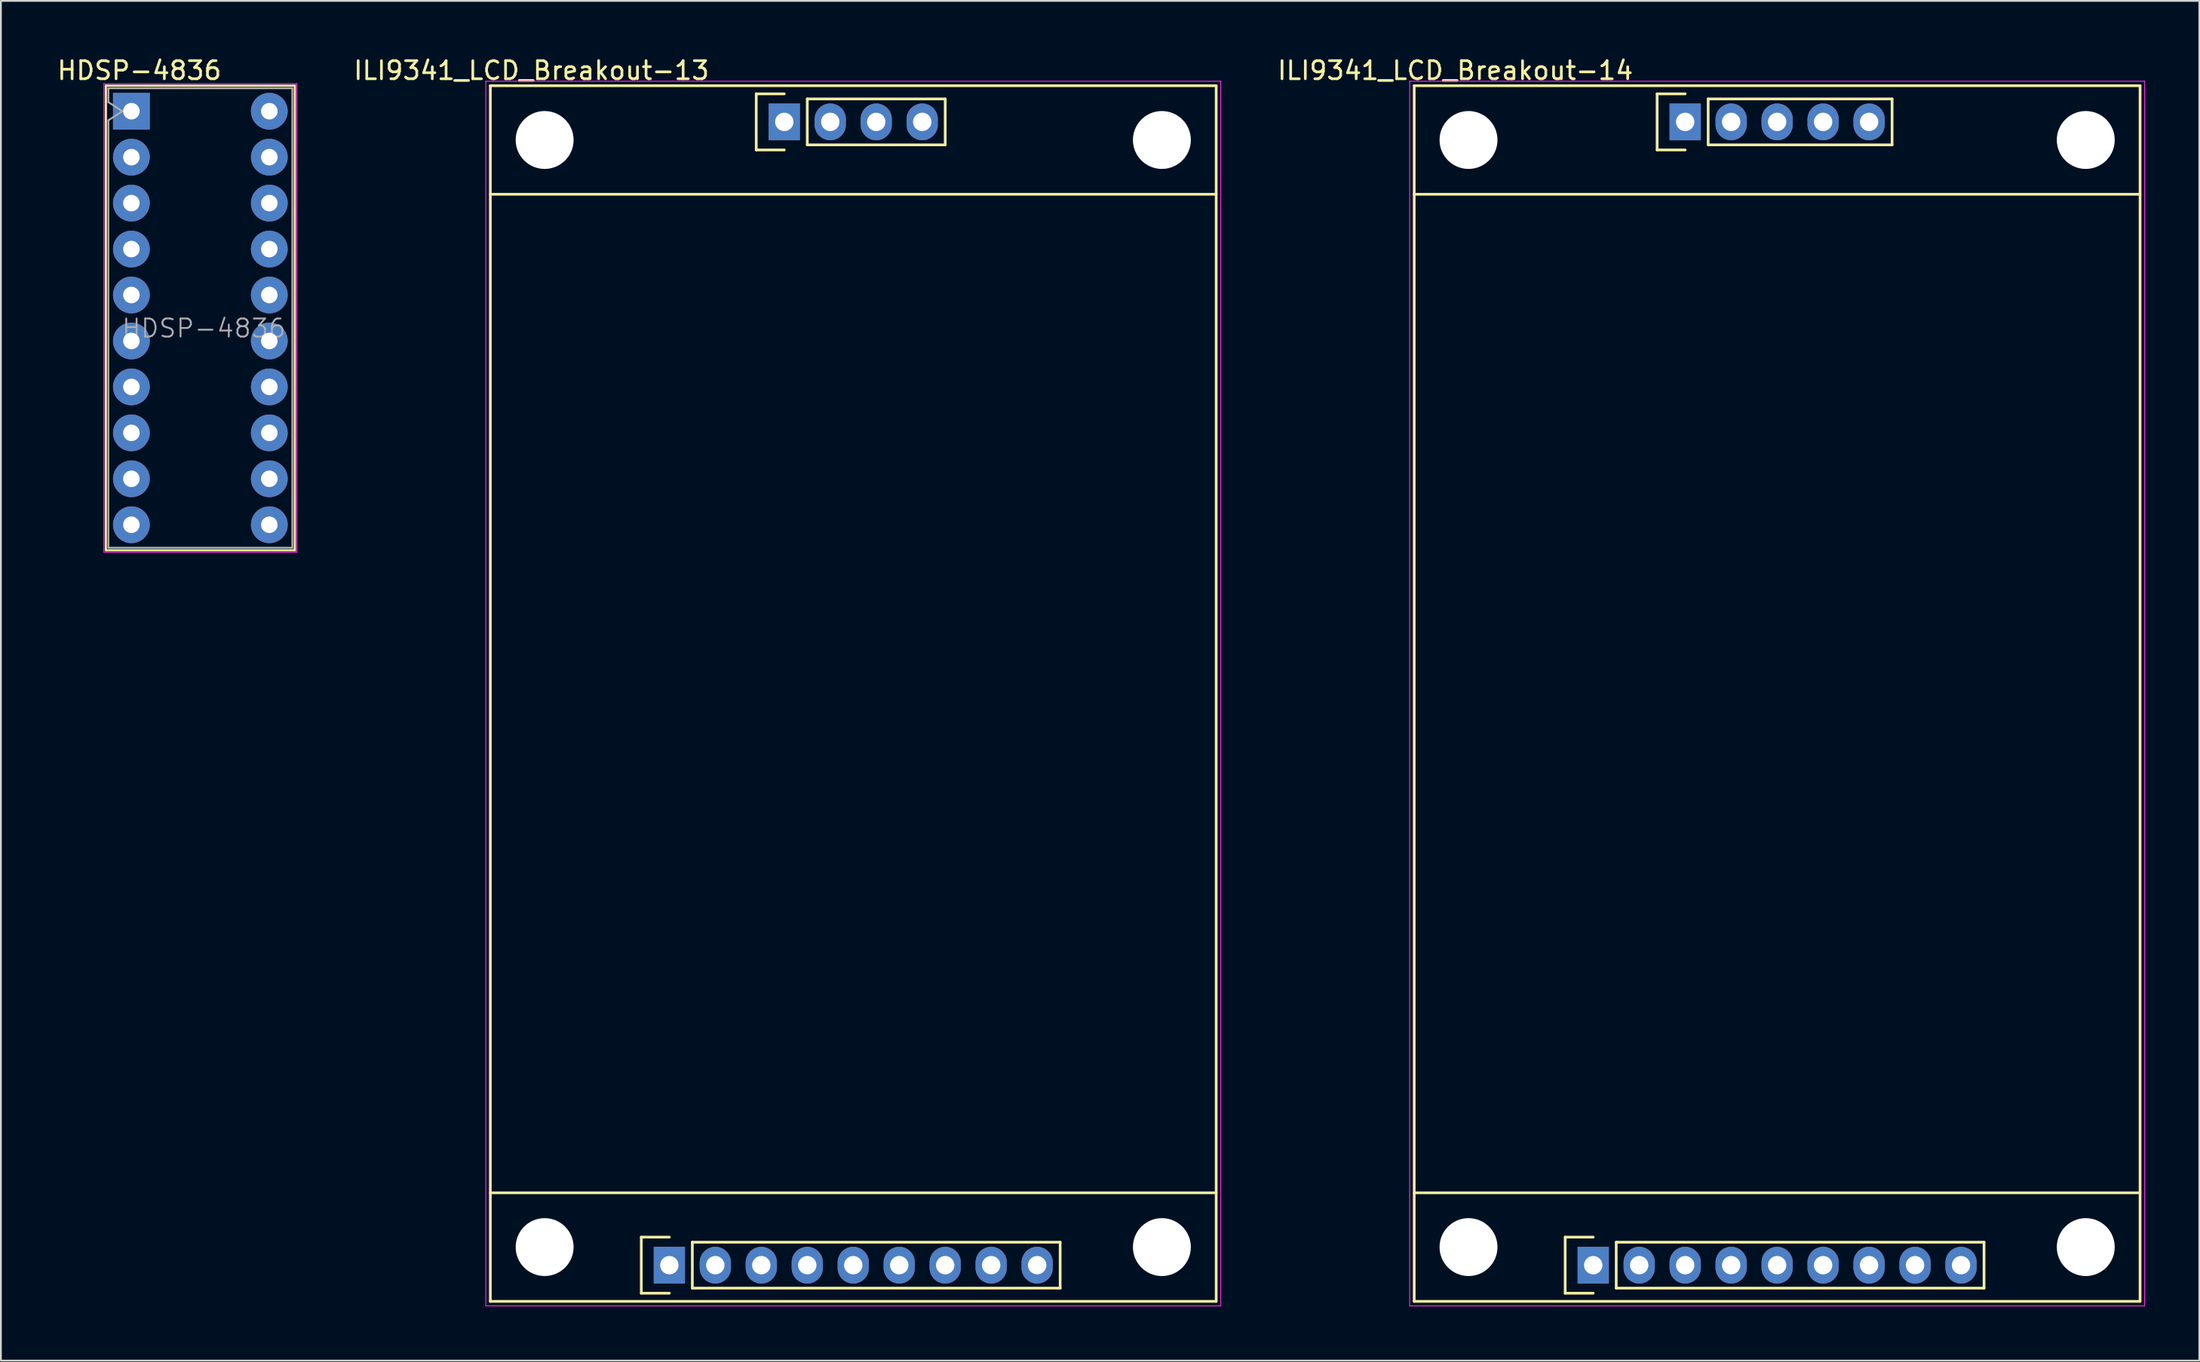
<source format=kicad_pcb>
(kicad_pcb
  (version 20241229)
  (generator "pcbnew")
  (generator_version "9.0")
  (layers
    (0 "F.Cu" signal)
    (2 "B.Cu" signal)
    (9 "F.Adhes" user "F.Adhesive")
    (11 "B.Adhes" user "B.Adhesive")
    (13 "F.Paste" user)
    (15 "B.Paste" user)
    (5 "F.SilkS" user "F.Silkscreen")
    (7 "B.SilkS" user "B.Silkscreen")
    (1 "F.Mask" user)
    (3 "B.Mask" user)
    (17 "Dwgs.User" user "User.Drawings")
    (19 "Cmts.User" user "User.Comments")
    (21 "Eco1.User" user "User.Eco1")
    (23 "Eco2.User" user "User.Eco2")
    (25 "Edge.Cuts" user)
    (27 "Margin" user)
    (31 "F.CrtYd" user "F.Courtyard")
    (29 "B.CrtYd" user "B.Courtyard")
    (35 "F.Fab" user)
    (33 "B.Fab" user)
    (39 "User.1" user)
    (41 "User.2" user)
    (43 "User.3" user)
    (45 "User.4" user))
  (footprint "ILI9341_LCD_Breakout-14"
    (layer "F.Cu")
    (at 95.128 66.888)
    (property "Reference" "ILI9341_LCD_Breakout-14" (at -17.78 -66.04 0) (layer "F.SilkS") (effects (font (size 1 1) (thickness 0.15))))
    (attr through_hole)
    (fp_line (start -20.05 2) (end -20.05 -65.2) (stroke (width 0.15) (type solid)) (layer "F.SilkS"))
    (fp_line (start -20.05 2) (end 20.05 2) (stroke (width 0.15) (type solid)) (layer "F.SilkS"))
    (fp_line (start -11.71 -1.55) (end -10.16 -1.55) (stroke (width 0.15) (type solid)) (layer "F.SilkS"))
    (fp_line (start -11.71 1.55) (end -11.71 -1.55) (stroke (width 0.15) (type solid)) (layer "F.SilkS"))
    (fp_line (start -10.16 1.55) (end -11.71 1.55) (stroke (width 0.15) (type solid)) (layer "F.SilkS"))
    (fp_line (start -8.89 -1.27) (end -8.89 1.27) (stroke (width 0.15) (type solid)) (layer "F.SilkS"))
    (fp_line (start -8.89 -1.27) (end 11.43 -1.27) (stroke (width 0.15) (type solid)) (layer "F.SilkS"))
    (fp_line (start -6.63 -64.75) (end -5.08 -64.75) (stroke (width 0.15) (type solid)) (layer "F.SilkS"))
    (fp_line (start -6.63 -61.65) (end -6.63 -64.75) (stroke (width 0.15) (type solid)) (layer "F.SilkS"))
    (fp_line (start -5.08 -61.65) (end -6.63 -61.65) (stroke (width 0.15) (type solid)) (layer "F.SilkS"))
    (fp_line (start -3.81 -64.47) (end -3.81 -61.93) (stroke (width 0.15) (type solid)) (layer "F.SilkS"))
    (fp_line (start -3.81 -64.47) (end 6.35 -64.47) (stroke (width 0.15) (type solid)) (layer "F.SilkS"))
    (fp_line (start 6.35 -64.47) (end 6.35 -61.93) (stroke (width 0.15) (type solid)) (layer "F.SilkS"))
    (fp_line (start 6.35 -61.93) (end -3.81 -61.93) (stroke (width 0.15) (type solid)) (layer "F.SilkS"))
    (fp_line (start 11.43 -1.27) (end 11.43 1.27) (stroke (width 0.15) (type solid)) (layer "F.SilkS"))
    (fp_line (start 11.43 1.27) (end -8.89 1.27) (stroke (width 0.15) (type solid)) (layer "F.SilkS"))
    (fp_line (start 20.05 -65.2) (end -20.05 -65.2) (stroke (width 0.15) (type solid)) (layer "F.SilkS"))
    (fp_line (start 20.05 -59.2) (end -20.05 -59.2) (stroke (width 0.15) (type solid)) (layer "F.SilkS"))
    (fp_line (start 20.05 -4) (end -20.05 -4) (stroke (width 0.15) (type solid)) (layer "F.SilkS"))
    (fp_line (start 20.05 2) (end 20.05 -65.2) (stroke (width 0.15) (type solid)) (layer "F.SilkS"))
    (fp_line (start -20.3 2.25) (end -20.3 -65.45) (stroke (width 0.05) (type solid)) (layer "F.CrtYd"))
    (fp_line (start -20.3 2.25) (end 20.3 2.25) (stroke (width 0.05) (type solid)) (layer "F.CrtYd"))
    (fp_line (start 20.3 -65.45) (end -20.3 -65.45) (stroke (width 0.05) (type solid)) (layer "F.CrtYd"))
    (fp_line (start 20.3 2.25) (end 20.3 -65.45) (stroke (width 0.05) (type solid)) (layer "F.CrtYd"))
    (pad "" np_thru_hole circle (at -17.05 -62.2) (size 3.2 3.2) (drill 3.2) (layers "*.Cu" "*.Mask"))
    (pad "" np_thru_hole circle (at -17.05 -1) (size 3.2 3.2) (drill 3.2) (layers "*.Cu" "*.Mask"))
    (pad "" np_thru_hole circle (at 17.05 -62.2) (size 3.2 3.2) (drill 3.2) (layers "*.Cu" "*.Mask"))
    (pad "" np_thru_hole circle (at 17.05 -1) (size 3.2 3.2) (drill 3.2) (layers "*.Cu" "*.Mask"))
    (pad "1" thru_hole rect (at -10.16 0 90) (size 2.032 1.727) (drill 1.016) (layers "*.Cu" "*.Mask"))
    (pad "2" thru_hole oval (at -7.62 0 90) (size 2.032 1.727) (drill 1.016) (layers "*.Cu" "*.Mask"))
    (pad "3" thru_hole oval (at -5.08 0 90) (size 2.032 1.727) (drill 1.016) (layers "*.Cu" "*.Mask"))
    (pad "4" thru_hole oval (at -2.54 0 90) (size 2.032 1.727) (drill 1.016) (layers "*.Cu" "*.Mask"))
    (pad "5" thru_hole oval (at 0 0 90) (size 2.032 1.727) (drill 1.016) (layers "*.Cu" "*.Mask"))
    (pad "6" thru_hole oval (at 2.54 0 90) (size 2.032 1.727) (drill 1.016) (layers "*.Cu" "*.Mask"))
    (pad "7" thru_hole oval (at 5.08 0 90) (size 2.032 1.727) (drill 1.016) (layers "*.Cu" "*.Mask"))
    (pad "8" thru_hole oval (at 7.62 0 90) (size 2.032 1.727) (drill 1.016) (layers "*.Cu" "*.Mask"))
    (pad "9" thru_hole oval (at 10.16 0 90) (size 2.032 1.727) (drill 1.016) (layers "*.Cu" "*.Mask"))
    (pad "10" thru_hole rect (at -5.08 -63.2 90) (size 2.032 1.727) (drill 1.016) (layers "*.Cu" "*.Mask"))
    (pad "11" thru_hole oval (at -2.54 -63.2 90) (size 2.032 1.727) (drill 1.016) (layers "*.Cu" "*.Mask"))
    (pad "12" thru_hole oval (at 0 -63.2 90) (size 2.032 1.727) (drill 1.016) (layers "*.Cu" "*.Mask"))
    (pad "13" thru_hole oval (at 2.54 -63.2 90) (size 2.032 1.727) (drill 1.016) (layers "*.Cu" "*.Mask"))
    (pad "14" thru_hole oval (at 5.08 -63.2 90) (size 2.032 1.727) (drill 1.016) (layers "*.Cu" "*.Mask")))
  (footprint "ILI9341_LCD_Breakout-13"
    (layer "F.Cu")
    (at 44.088 66.888)
    (property "Reference" "ILI9341_LCD_Breakout-13" (at -17.78 -66.04 0) (layer "F.SilkS") (effects (font (size 1 1) (thickness 0.15))))
    (attr through_hole)
    (fp_line (start -20.05 2) (end -20.05 -65.2) (stroke (width 0.15) (type solid)) (layer "F.SilkS"))
    (fp_line (start -20.05 2) (end 20.05 2) (stroke (width 0.15) (type solid)) (layer "F.SilkS"))
    (fp_line (start -11.71 -1.55) (end -10.16 -1.55) (stroke (width 0.15) (type solid)) (layer "F.SilkS"))
    (fp_line (start -11.71 1.55) (end -11.71 -1.55) (stroke (width 0.15) (type solid)) (layer "F.SilkS"))
    (fp_line (start -10.16 1.55) (end -11.71 1.55) (stroke (width 0.15) (type solid)) (layer "F.SilkS"))
    (fp_line (start -8.89 -1.27) (end -8.89 1.27) (stroke (width 0.15) (type solid)) (layer "F.SilkS"))
    (fp_line (start -8.89 -1.27) (end 11.43 -1.27) (stroke (width 0.15) (type solid)) (layer "F.SilkS"))
    (fp_line (start -5.36 -64.75) (end -3.81 -64.75) (stroke (width 0.15) (type solid)) (layer "F.SilkS"))
    (fp_line (start -5.36 -61.65) (end -5.36 -64.75) (stroke (width 0.15) (type solid)) (layer "F.SilkS"))
    (fp_line (start -3.81 -61.65) (end -5.36 -61.65) (stroke (width 0.15) (type solid)) (layer "F.SilkS"))
    (fp_line (start -2.54 -64.47) (end -2.54 -61.93) (stroke (width 0.15) (type solid)) (layer "F.SilkS"))
    (fp_line (start -2.54 -64.47) (end 5.08 -64.47) (stroke (width 0.15) (type solid)) (layer "F.SilkS"))
    (fp_line (start 5.08 -64.47) (end 5.08 -61.93) (stroke (width 0.15) (type solid)) (layer "F.SilkS"))
    (fp_line (start 5.08 -61.93) (end -2.54 -61.93) (stroke (width 0.15) (type solid)) (layer "F.SilkS"))
    (fp_line (start 11.43 -1.27) (end 11.43 1.27) (stroke (width 0.15) (type solid)) (layer "F.SilkS"))
    (fp_line (start 11.43 1.27) (end -8.89 1.27) (stroke (width 0.15) (type solid)) (layer "F.SilkS"))
    (fp_line (start 20.05 -65.2) (end -20.05 -65.2) (stroke (width 0.15) (type solid)) (layer "F.SilkS"))
    (fp_line (start 20.05 -59.2) (end -20.05 -59.2) (stroke (width 0.15) (type solid)) (layer "F.SilkS"))
    (fp_line (start 20.05 -4) (end -20.05 -4) (stroke (width 0.15) (type solid)) (layer "F.SilkS"))
    (fp_line (start 20.05 2) (end 20.05 -65.2) (stroke (width 0.15) (type solid)) (layer "F.SilkS"))
    (fp_line (start -20.3 2.25) (end -20.3 -65.45) (stroke (width 0.05) (type solid)) (layer "F.CrtYd"))
    (fp_line (start -20.3 2.25) (end 20.3 2.25) (stroke (width 0.05) (type solid)) (layer "F.CrtYd"))
    (fp_line (start 20.3 -65.45) (end -20.3 -65.45) (stroke (width 0.05) (type solid)) (layer "F.CrtYd"))
    (fp_line (start 20.3 2.25) (end 20.3 -65.45) (stroke (width 0.05) (type solid)) (layer "F.CrtYd"))
    (pad "" np_thru_hole circle (at -17.05 -62.2) (size 3.2 3.2) (drill 3.2) (layers "*.Cu" "*.Mask"))
    (pad "" np_thru_hole circle (at -17.05 -1) (size 3.2 3.2) (drill 3.2) (layers "*.Cu" "*.Mask"))
    (pad "" np_thru_hole circle (at 17.05 -62.2) (size 3.2 3.2) (drill 3.2) (layers "*.Cu" "*.Mask"))
    (pad "" np_thru_hole circle (at 17.05 -1) (size 3.2 3.2) (drill 3.2) (layers "*.Cu" "*.Mask"))
    (pad "1" thru_hole rect (at -10.16 0 90) (size 2.032 1.727) (drill 1.016) (layers "*.Cu" "*.Mask"))
    (pad "2" thru_hole oval (at -7.62 0 90) (size 2.032 1.727) (drill 1.016) (layers "*.Cu" "*.Mask"))
    (pad "3" thru_hole oval (at -5.08 0 90) (size 2.032 1.727) (drill 1.016) (layers "*.Cu" "*.Mask"))
    (pad "4" thru_hole oval (at -2.54 0 90) (size 2.032 1.727) (drill 1.016) (layers "*.Cu" "*.Mask"))
    (pad "5" thru_hole oval (at 0 0 90) (size 2.032 1.727) (drill 1.016) (layers "*.Cu" "*.Mask"))
    (pad "6" thru_hole oval (at 2.54 0 90) (size 2.032 1.727) (drill 1.016) (layers "*.Cu" "*.Mask"))
    (pad "7" thru_hole oval (at 5.08 0 90) (size 2.032 1.727) (drill 1.016) (layers "*.Cu" "*.Mask"))
    (pad "8" thru_hole oval (at 7.62 0 90) (size 2.032 1.727) (drill 1.016) (layers "*.Cu" "*.Mask"))
    (pad "9" thru_hole oval (at 10.16 0 90) (size 2.032 1.727) (drill 1.016) (layers "*.Cu" "*.Mask"))
    (pad "10" thru_hole rect (at -3.81 -63.2 90) (size 2.032 1.727) (drill 1.016) (layers "*.Cu" "*.Mask"))
    (pad "11" thru_hole oval (at -1.27 -63.2 90) (size 2.032 1.727) (drill 1.016) (layers "*.Cu" "*.Mask"))
    (pad "12" thru_hole oval (at 1.27 -63.2 90) (size 2.032 1.727) (drill 1.016) (layers "*.Cu" "*.Mask"))
    (pad "13" thru_hole oval (at 3.81 -63.2 90) (size 2.032 1.727) (drill 1.016) (layers "*.Cu" "*.Mask")))
  (footprint "HDSP-4836"
    (layer "F.Cu")
    (at 4.209 3.098)
    (property "Reference" "HDSP-4836" (at 0.44 -2.25 0) (layer "F.SilkS") (effects (font (size 1 1) (thickness 0.15))))
    (attr through_hole)
    (fp_line (start -1.41 -1.41) (end 9.03 -1.41) (stroke (width 0.12) (type solid)) (layer "F.SilkS"))
    (fp_line (start -1.41 24.27) (end -1.41 -1.41) (stroke (width 0.12) (type solid)) (layer "F.SilkS"))
    (fp_line (start 9.03 -1.41) (end 9.03 24.27) (stroke (width 0.12) (type solid)) (layer "F.SilkS"))
    (fp_line (start 9.03 24.27) (end -1.41 24.27) (stroke (width 0.12) (type solid)) (layer "F.SilkS"))
    (fp_line (start -1.52 -1.52) (end -1.52 24.38) (stroke (width 0.05) (type solid)) (layer "F.CrtYd"))
    (fp_line (start -1.52 -1.52) (end 9.14 -1.52) (stroke (width 0.05) (type solid)) (layer "F.CrtYd"))
    (fp_line (start -1.52 24.38) (end 9.14 24.38) (stroke (width 0.05) (type solid)) (layer "F.CrtYd"))
    (fp_line (start 9.14 24.38) (end 9.14 -1.52) (stroke (width 0.05) (type solid)) (layer "F.CrtYd"))
    (fp_line (start -1.27 -1.27) (end -1.27 -0.5) (stroke (width 0.1) (type solid)) (layer "F.Fab"))
    (fp_line (start -1.27 -1.27) (end 8.89 -1.27) (stroke (width 0.1) (type solid)) (layer "F.Fab"))
    (fp_line (start -1.27 -0.5) (end -0.5 0) (stroke (width 0.1) (type solid)) (layer "F.Fab"))
    (fp_line (start -1.27 0.5) (end -1.27 24.13) (stroke (width 0.1) (type solid)) (layer "F.Fab"))
    (fp_line (start -1.27 24.13) (end 8.89 24.13) (stroke (width 0.1) (type solid)) (layer "F.Fab"))
    (fp_line (start -0.5 0) (end -1.27 0.5) (stroke (width 0.1) (type solid)) (layer "F.Fab"))
    (fp_line (start 8.89 -1.27) (end 8.89 24.13) (stroke (width 0.1) (type solid)) (layer "F.Fab"))
    (fp_text user "${REFERENCE}" (at 4 12 0) (layer "F.Fab") (effects (font (size 1 1) (thickness 0.1))))
    (pad "1" thru_hole rect (at 0 0 270) (size 2.032 2.032) (drill 0.914) (layers "*.Cu" "*.Mask"))
    (pad "2" thru_hole circle (at 0 2.54 270) (size 2.032 2.032) (drill 0.914) (layers "*.Cu" "*.Mask"))
    (pad "3" thru_hole circle (at 0 5.08 270) (size 2.032 2.032) (drill 0.914) (layers "*.Cu" "*.Mask"))
    (pad "4" thru_hole circle (at 0 7.62 270) (size 2.032 2.032) (drill 0.914) (layers "*.Cu" "*.Mask"))
    (pad "5" thru_hole circle (at 0 10.16 270) (size 2.032 2.032) (drill 0.914) (layers "*.Cu" "*.Mask"))
    (pad "6" thru_hole circle (at 0 12.7 270) (size 2.032 2.032) (drill 0.914) (layers "*.Cu" "*.Mask"))
    (pad "7" thru_hole circle (at 0 15.24 270) (size 2.032 2.032) (drill 0.914) (layers "*.Cu" "*.Mask"))
    (pad "8" thru_hole circle (at 0 17.78 270) (size 2.032 2.032) (drill 0.914) (layers "*.Cu" "*.Mask"))
    (pad "9" thru_hole circle (at 0 20.32 270) (size 2.032 2.032) (drill 0.914) (layers "*.Cu" "*.Mask"))
    (pad "10" thru_hole circle (at 0 22.86 270) (size 2.032 2.032) (drill 0.914) (layers "*.Cu" "*.Mask"))
    (pad "11" thru_hole circle (at 7.62 22.86 270) (size 2.032 2.032) (drill 0.914) (layers "*.Cu" "*.Mask"))
    (pad "12" thru_hole circle (at 7.62 20.32 270) (size 2.032 2.032) (drill 0.914) (layers "*.Cu" "*.Mask"))
    (pad "13" thru_hole circle (at 7.62 17.78 270) (size 2.032 2.032) (drill 0.914) (layers "*.Cu" "*.Mask"))
    (pad "14" thru_hole circle (at 7.62 15.24 270) (size 2.032 2.032) (drill 0.914) (layers "*.Cu" "*.Mask"))
    (pad "15" thru_hole circle (at 7.62 12.7 270) (size 2.032 2.032) (drill 0.914) (layers "*.Cu" "*.Mask"))
    (pad "16" thru_hole circle (at 7.62 10.16 270) (size 2.032 2.032) (drill 0.914) (layers "*.Cu" "*.Mask"))
    (pad "17" thru_hole circle (at 7.62 7.62 270) (size 2.032 2.032) (drill 0.914) (layers "*.Cu" "*.Mask"))
    (pad "18" thru_hole circle (at 7.62 5.08 270) (size 2.032 2.032) (drill 0.914) (layers "*.Cu" "*.Mask"))
    (pad "19" thru_hole circle (at 7.62 2.54 270) (size 2.032 2.032) (drill 0.914) (layers "*.Cu" "*.Mask"))
    (pad "20" thru_hole circle (at 7.62 0 270) (size 2.032 2.032) (drill 0.914) (layers "*.Cu" "*.Mask")))
  (gr_rect
    (start -3 -3)
    (end 118.453 72.163)
    (stroke (width 0.1) (type default))
    (fill no)
    (layer "Edge.Cuts")))
</source>
